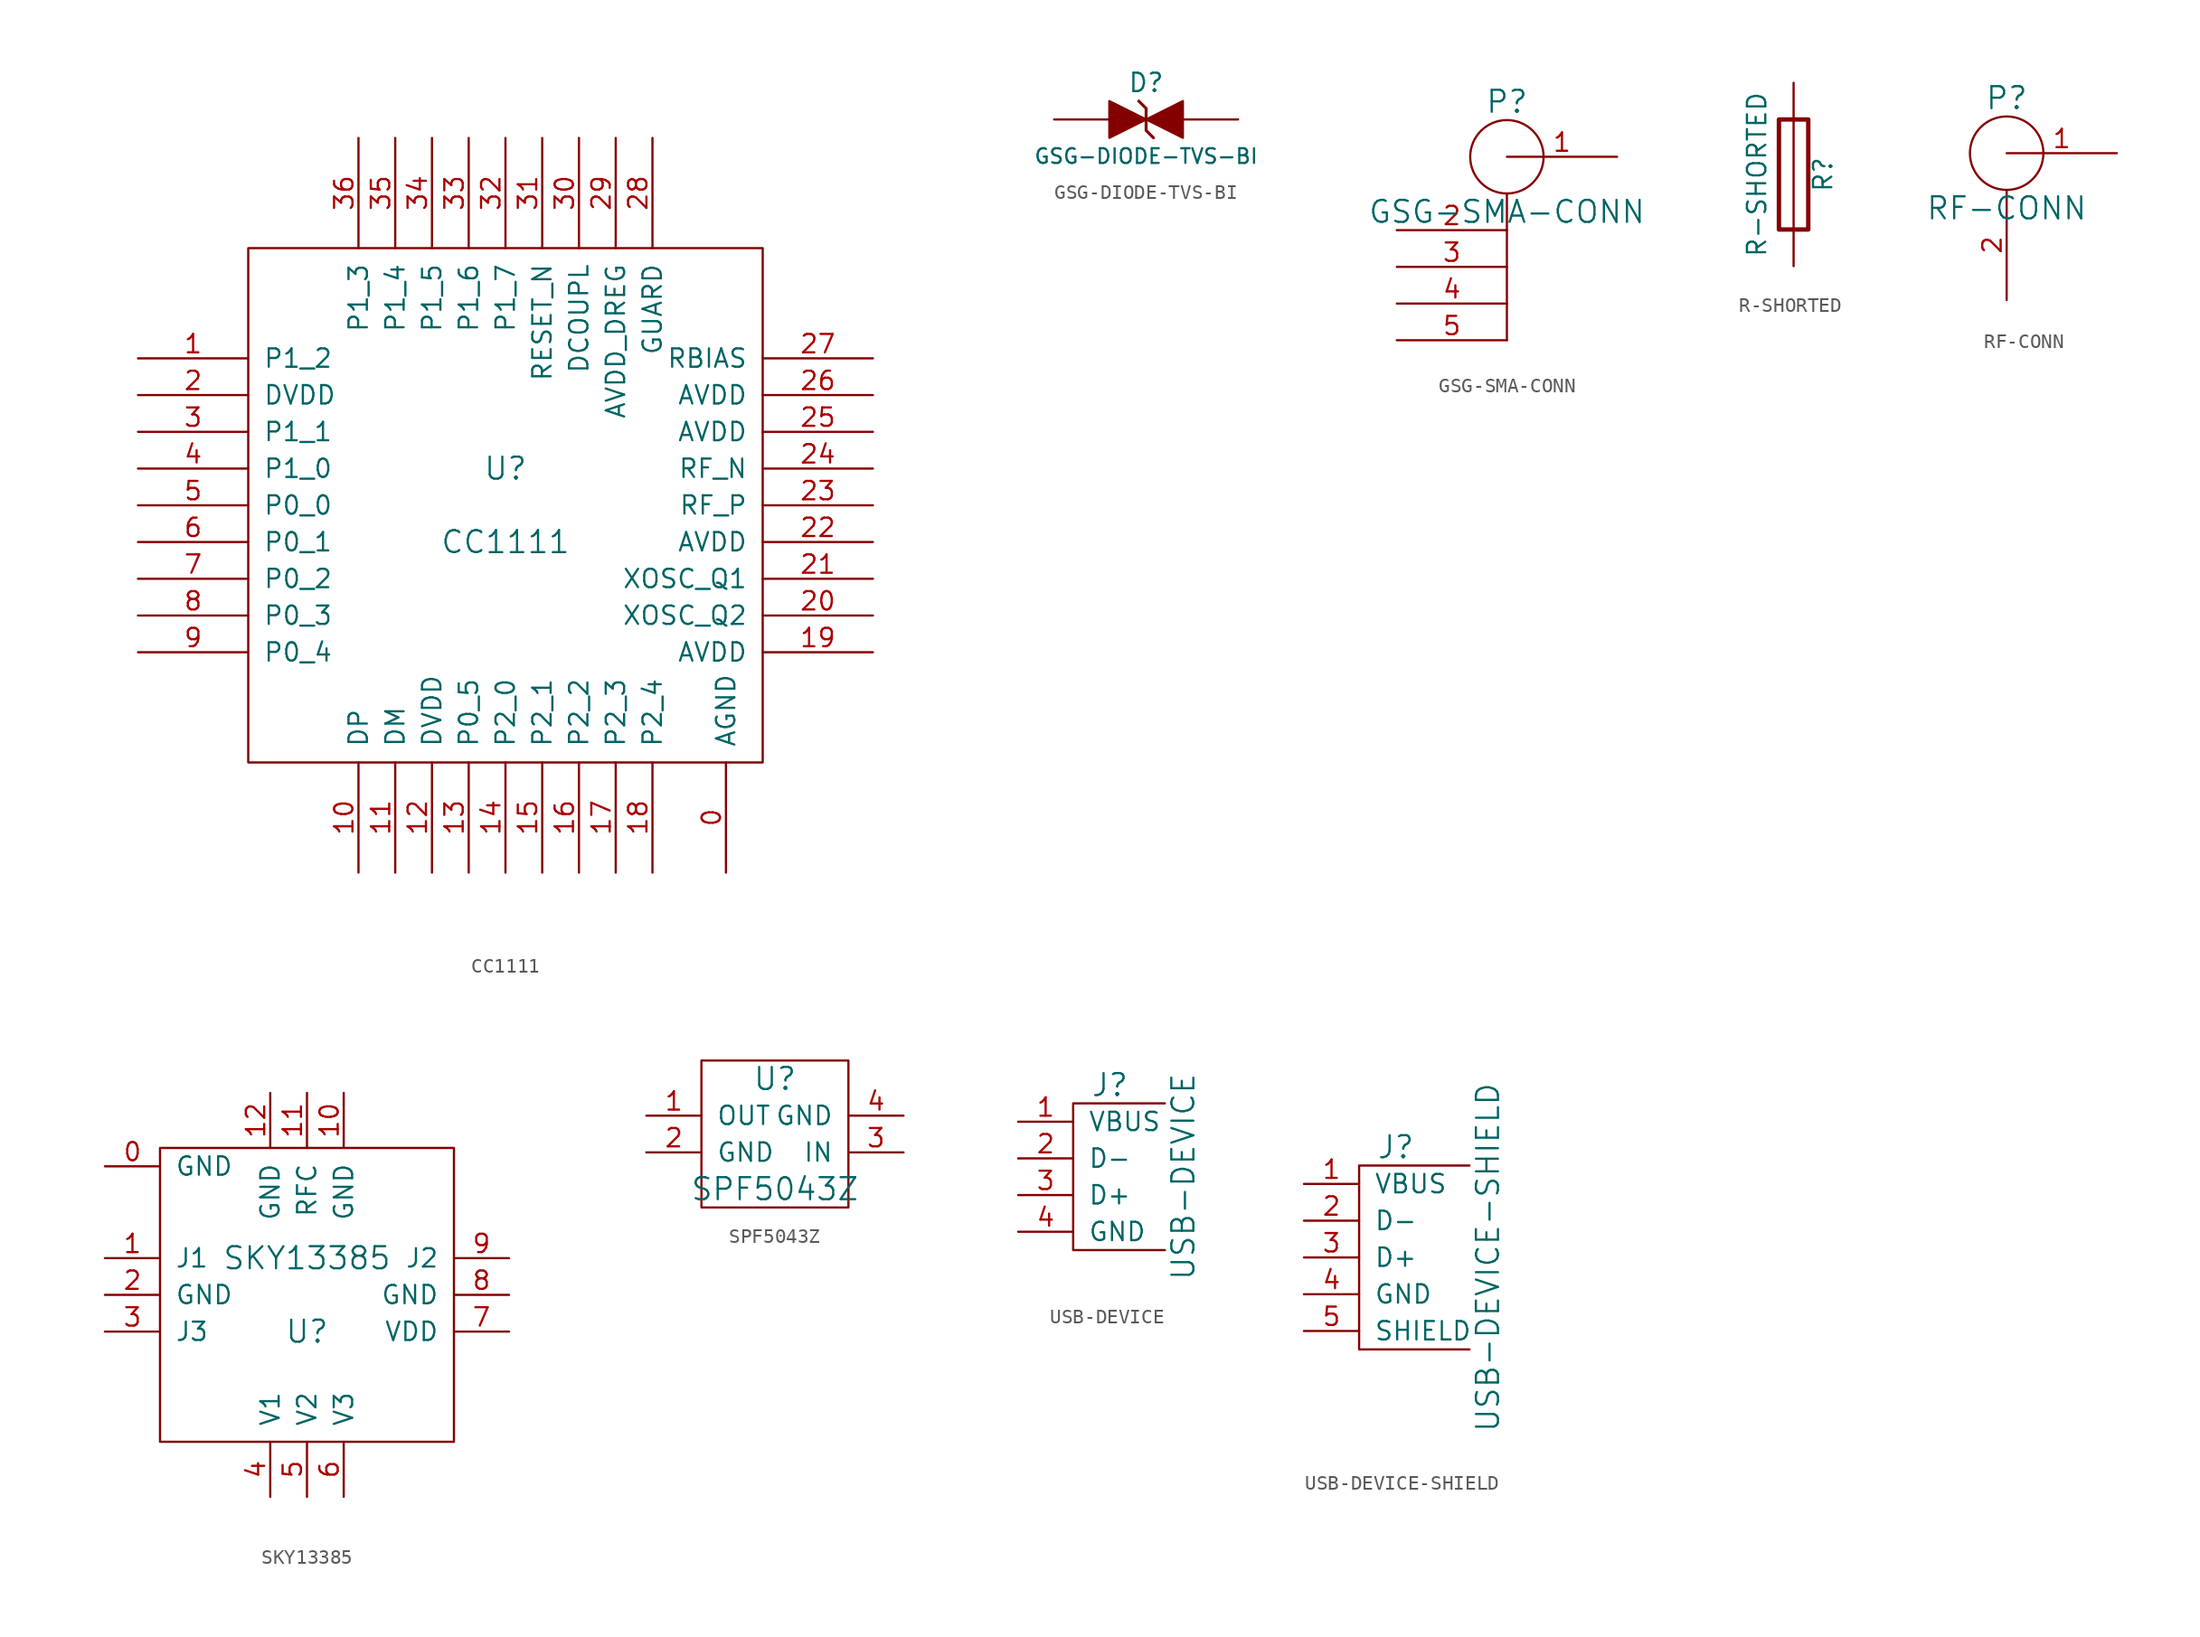
<source format=kicad_sym>
(kicad_symbol_lib
  (version 20211014)
  (generator kicad_symbol_editor)
  (symbol "CC1111"
    (pin_names
      (offset 1.016))
    (property "Reference" "U"
      (at 0 2.54 0)
      (effects (font (size 1.524 1.524))))
    (property "Value" "CC1111"
      (at 0 -2.54 0)
      (effects (font (size 1.524 1.524))))
    (property "Footprint" ""
      (at 0 0 0)
      (effects (font (size 1.524 1.524))))
    (property "Datasheet" ""
      (at 0 0 0)
      (effects (font (size 1.524 1.524))))
    (symbol "CC1111_0_1"
      (rectangle (start -17.78 17.78) (end 17.78 -17.78) (stroke (width 0) (type default) (color 0 0 0 0)) (fill (type none))))
    (symbol "CC1111_1_1"
      (pin power_in line (at 15.24 -25.4 90) (length 7.62) (name "AGND" (effects (font (size 1.27 1.27)))) (number "0" (effects (font (size 1.27 1.27)))))
      (pin bidirectional line (at -25.4 10.16 0) (length 7.62) (name "P1_2" (effects (font (size 1.27 1.27)))) (number "1" (effects (font (size 1.27 1.27)))))
      (pin bidirectional line (at -10.16 -25.4 90) (length 7.62) (name "DP" (effects (font (size 1.27 1.27)))) (number "10" (effects (font (size 1.27 1.27)))))
      (pin bidirectional line (at -7.62 -25.4 90) (length 7.62) (name "DM" (effects (font (size 1.27 1.27)))) (number "11" (effects (font (size 1.27 1.27)))))
      (pin power_in line (at -5.08 -25.4 90) (length 7.62) (name "DVDD" (effects (font (size 1.27 1.27)))) (number "12" (effects (font (size 1.27 1.27)))))
      (pin bidirectional line (at -2.54 -25.4 90) (length 7.62) (name "P0_5" (effects (font (size 1.27 1.27)))) (number "13" (effects (font (size 1.27 1.27)))))
      (pin bidirectional line (at 0 -25.4 90) (length 7.62) (name "P2_0" (effects (font (size 1.27 1.27)))) (number "14" (effects (font (size 1.27 1.27)))))
      (pin bidirectional line (at 2.54 -25.4 90) (length 7.62) (name "P2_1" (effects (font (size 1.27 1.27)))) (number "15" (effects (font (size 1.27 1.27)))))
      (pin bidirectional line (at 5.08 -25.4 90) (length 7.62) (name "P2_2" (effects (font (size 1.27 1.27)))) (number "16" (effects (font (size 1.27 1.27)))))
      (pin bidirectional line (at 7.62 -25.4 90) (length 7.62) (name "P2_3" (effects (font (size 1.27 1.27)))) (number "17" (effects (font (size 1.27 1.27)))))
      (pin bidirectional line (at 10.16 -25.4 90) (length 7.62) (name "P2_4" (effects (font (size 1.27 1.27)))) (number "18" (effects (font (size 1.27 1.27)))))
      (pin power_in line (at 25.4 -10.16 180) (length 7.62) (name "AVDD" (effects (font (size 1.27 1.27)))) (number "19" (effects (font (size 1.27 1.27)))))
      (pin power_in line (at -25.4 7.62 0) (length 7.62) (name "DVDD" (effects (font (size 1.27 1.27)))) (number "2" (effects (font (size 1.27 1.27)))))
      (pin bidirectional line (at 25.4 -7.62 180) (length 7.62) (name "XOSC_Q2" (effects (font (size 1.27 1.27)))) (number "20" (effects (font (size 1.27 1.27)))))
      (pin bidirectional line (at 25.4 -5.08 180) (length 7.62) (name "XOSC_Q1" (effects (font (size 1.27 1.27)))) (number "21" (effects (font (size 1.27 1.27)))))
      (pin power_in line (at 25.4 -2.54 180) (length 7.62) (name "AVDD" (effects (font (size 1.27 1.27)))) (number "22" (effects (font (size 1.27 1.27)))))
      (pin bidirectional line (at 25.4 0 180) (length 7.62) (name "RF_P" (effects (font (size 1.27 1.27)))) (number "23" (effects (font (size 1.27 1.27)))))
      (pin bidirectional line (at 25.4 2.54 180) (length 7.62) (name "RF_N" (effects (font (size 1.27 1.27)))) (number "24" (effects (font (size 1.27 1.27)))))
      (pin power_in line (at 25.4 5.08 180) (length 7.62) (name "AVDD" (effects (font (size 1.27 1.27)))) (number "25" (effects (font (size 1.27 1.27)))))
      (pin power_in line (at 25.4 7.62 180) (length 7.62) (name "AVDD" (effects (font (size 1.27 1.27)))) (number "26" (effects (font (size 1.27 1.27)))))
      (pin bidirectional line (at 25.4 10.16 180) (length 7.62) (name "RBIAS" (effects (font (size 1.27 1.27)))) (number "27" (effects (font (size 1.27 1.27)))))
      (pin power_in line (at 10.16 25.4 270) (length 7.62) (name "GUARD" (effects (font (size 1.27 1.27)))) (number "28" (effects (font (size 1.27 1.27)))))
      (pin power_in line (at 7.62 25.4 270) (length 7.62) (name "AVDD_DREG" (effects (font (size 1.27 1.27)))) (number "29" (effects (font (size 1.27 1.27)))))
      (pin bidirectional line (at -25.4 5.08 0) (length 7.62) (name "P1_1" (effects (font (size 1.27 1.27)))) (number "3" (effects (font (size 1.27 1.27)))))
      (pin passive line (at 5.08 25.4 270) (length 7.62) (name "DCOUPL" (effects (font (size 1.27 1.27)))) (number "30" (effects (font (size 1.27 1.27)))))
      (pin input line (at 2.54 25.4 270) (length 7.62) (name "RESET_N" (effects (font (size 1.27 1.27)))) (number "31" (effects (font (size 1.27 1.27)))))
      (pin bidirectional line (at 0 25.4 270) (length 7.62) (name "P1_7" (effects (font (size 1.27 1.27)))) (number "32" (effects (font (size 1.27 1.27)))))
      (pin bidirectional line (at -2.54 25.4 270) (length 7.62) (name "P1_6" (effects (font (size 1.27 1.27)))) (number "33" (effects (font (size 1.27 1.27)))))
      (pin bidirectional line (at -5.08 25.4 270) (length 7.62) (name "P1_5" (effects (font (size 1.27 1.27)))) (number "34" (effects (font (size 1.27 1.27)))))
      (pin bidirectional line (at -7.62 25.4 270) (length 7.62) (name "P1_4" (effects (font (size 1.27 1.27)))) (number "35" (effects (font (size 1.27 1.27)))))
      (pin bidirectional line (at -10.16 25.4 270) (length 7.62) (name "P1_3" (effects (font (size 1.27 1.27)))) (number "36" (effects (font (size 1.27 1.27)))))
      (pin bidirectional line (at -25.4 2.54 0) (length 7.62) (name "P1_0" (effects (font (size 1.27 1.27)))) (number "4" (effects (font (size 1.27 1.27)))))
      (pin bidirectional line (at -25.4 0 0) (length 7.62) (name "P0_0" (effects (font (size 1.27 1.27)))) (number "5" (effects (font (size 1.27 1.27)))))
      (pin bidirectional line (at -25.4 -2.54 0) (length 7.62) (name "P0_1" (effects (font (size 1.27 1.27)))) (number "6" (effects (font (size 1.27 1.27)))))
      (pin bidirectional line (at -25.4 -5.08 0) (length 7.62) (name "P0_2" (effects (font (size 1.27 1.27)))) (number "7" (effects (font (size 1.27 1.27)))))
      (pin bidirectional line (at -25.4 -7.62 0) (length 7.62) (name "P0_3" (effects (font (size 1.27 1.27)))) (number "8" (effects (font (size 1.27 1.27)))))
      (pin bidirectional line (at -25.4 -10.16 0) (length 7.62) (name "P0_4" (effects (font (size 1.27 1.27)))) (number "9" (effects (font (size 1.27 1.27)))))))
  (symbol "GSG-DIODE-TVS-BI"
    (pin_numbers hide)
    (pin_names
      (offset 1.016) hide)
    (property "Reference" "D"
      (at 0 2.54 0)
      (effects (font (size 1.27 1.27))))
    (property "Value" "GSG-DIODE-TVS-BI"
      (at 0 -2.54 0)
      (effects (font (size 1.016 1.016))))
    (property "Footprint" ""
      (at 0 0 0)
      (effects (font (size 1.524 1.524))))
    (property "Datasheet" ""
      (at 0 0 0)
      (effects (font (size 1.524 1.524))))
    (symbol "GSG-DIODE-TVS-BI_0_1"
      (polyline (pts (xy -0.508 1.27) (xy 0 0.762) (xy 0 -0.762) (xy 0.508 -1.27) (xy 0.508 -1.27)) (stroke (width 0.203) (type default) (color 0 0 0 0)) (fill (type none)))
      (polyline (pts (xy 0 0) (xy -2.54 1.27) (xy -2.54 -1.27) (xy 0 0) (xy 0 0)) (stroke (width 0) (type default) (color 0 0 0 0)) (fill (type outline)))
      (polyline (pts (xy 0 0) (xy 2.54 1.27) (xy 2.54 -1.27) (xy 0 0) (xy 0 0)) (stroke (width 0) (type default) (color 0 0 0 0)) (fill (type outline))))
    (symbol "GSG-DIODE-TVS-BI_1_1"
      (pin passive line (at -6.35 0 0) (length 3.81) (name "A" (effects (font (size 1.016 1.016)))) (number "1" (effects (font (size 1.016 1.016)))))
      (pin passive line (at 6.35 0 180) (length 3.81) (name "K" (effects (font (size 1.016 1.016)))) (number "2" (effects (font (size 1.016 1.016)))))))
  (symbol "GSG-SMA-CONN"
    (pin_names
      (offset 0) hide)
    (property "Reference" "P"
      (at 0 3.81 0)
      (effects (font (size 1.524 1.524))))
    (property "Value" "GSG-SMA-CONN"
      (at 0 -3.81 0)
      (effects (font (size 1.524 1.524))))
    (property "Footprint" ""
      (at 0 0 0)
      (effects (font (size 1.524 1.524))))
    (property "Datasheet" ""
      (at 0 0 0)
      (effects (font (size 1.524 1.524))))
    (symbol "GSG-SMA-CONN_0_1"
      (polyline (pts (xy 0 -2.54) (xy 0 -12.7) (xy 0 -12.7)) (stroke (width 0) (type default) (color 0 0 0 0)) (fill (type none)))
      (circle (center 0 0) (radius 2.54) (stroke (width 0) (type default) (color 0 0 0 0)) (fill (type none))))
    (symbol "GSG-SMA-CONN_1_1"
      (pin bidirectional line (at 7.62 0 180) (length 7.62) (name "RF" (effects (font (size 1.27 1.27)))) (number "1" (effects (font (size 1.27 1.27)))))
      (pin power_in line (at -7.62 -5.08 0) (length 7.62) (name "GND" (effects (font (size 1.27 1.27)))) (number "2" (effects (font (size 1.27 1.27)))))
      (pin power_in line (at -7.62 -7.62 0) (length 7.62) (name "GND" (effects (font (size 1.27 1.27)))) (number "3" (effects (font (size 1.27 1.27)))))
      (pin power_in line (at -7.62 -10.16 0) (length 7.62) (name "GND" (effects (font (size 1.27 1.27)))) (number "4" (effects (font (size 1.27 1.27)))))
      (pin power_in line (at -7.62 -12.7 0) (length 7.62) (name "GND" (effects (font (size 1.27 1.27)))) (number "5" (effects (font (size 1.27 1.27)))))))
  (symbol "R-SHORTED"
    (pin_numbers hide)
    (pin_names
      (offset 0))
    (property "Reference" "R"
      (at 2.032 0 90)
      (effects (font (size 1.27 1.27))))
    (property "Value" "R-SHORTED"
      (at -2.54 0 90)
      (effects (font (size 1.27 1.27))))
    (property "Footprint" ""
      (at 0 0 0)
      (effects (font (size 1.524 1.524))))
    (property "Datasheet" ""
      (at 0 0 0)
      (effects (font (size 1.524 1.524))))
    (symbol "R-SHORTED_0_1"
      (rectangle (start -1.016 3.81) (end 1.016 -3.81) (stroke (width 0.305) (type default) (color 0 0 0 0)) (fill (type none)))
      (polyline (pts (xy 0 3.81) (xy 0 -3.81)) (stroke (width 0) (type default) (color 0 0 0 0)) (fill (type none))))
    (symbol "R-SHORTED_1_1"
      (pin passive line (at 0 6.35 270) (length 2.54) (name "~" (effects (font (size 1.524 1.524)))) (number "1" (effects (font (size 1.524 1.524)))))
      (pin passive line (at 0 -6.35 90) (length 2.54) (name "~" (effects (font (size 1.524 1.524)))) (number "2" (effects (font (size 1.524 1.524)))))))
  (symbol "RF-CONN"
    (pin_names
      (offset 0) hide)
    (property "Reference" "P"
      (at 0 3.81 0)
      (effects (font (size 1.524 1.524))))
    (property "Value" "RF-CONN"
      (at 0 -3.81 0)
      (effects (font (size 1.524 1.524))))
    (property "Footprint" ""
      (at 0 0 0)
      (effects (font (size 1.524 1.524))))
    (property "Datasheet" ""
      (at 0 0 0)
      (effects (font (size 1.524 1.524))))
    (symbol "RF-CONN_0_1"
      (circle (center 0 0) (radius 2.54) (stroke (width 0) (type default) (color 0 0 0 0)) (fill (type none))))
    (symbol "RF-CONN_1_1"
      (pin bidirectional line (at 7.62 0 180) (length 7.62) (name "RF" (effects (font (size 1.27 1.27)))) (number "1" (effects (font (size 1.27 1.27)))))
      (pin power_in line (at 0 -10.16 90) (length 7.62) (name "GND" (effects (font (size 1.27 1.27)))) (number "2" (effects (font (size 1.27 1.27)))))))
  (symbol "SKY13385"
    (pin_names
      (offset 1.016))
    (property "Reference" "U"
      (at 0 -2.54 0)
      (effects (font (size 1.524 1.524))))
    (property "Value" "SKY13385"
      (at 0 2.54 0)
      (effects (font (size 1.524 1.524))))
    (property "Footprint" ""
      (at 0 0 0)
      (effects (font (size 1.524 1.524))))
    (property "Datasheet" ""
      (at 0 0 0)
      (effects (font (size 1.524 1.524))))
    (symbol "SKY13385_0_1"
      (rectangle (start -10.16 10.16) (end 10.16 -10.16) (stroke (width 0) (type default) (color 0 0 0 0)) (fill (type none))))
    (symbol "SKY13385_1_1"
      (pin power_in line (at -13.97 8.89 0) (length 3.81) (name "GND" (effects (font (size 1.27 1.27)))) (number "0" (effects (font (size 1.27 1.27)))))
      (pin bidirectional line (at -13.97 2.54 0) (length 3.81) (name "J1" (effects (font (size 1.27 1.27)))) (number "1" (effects (font (size 1.27 1.27)))))
      (pin power_in line (at 2.54 13.97 270) (length 3.81) (name "GND" (effects (font (size 1.27 1.27)))) (number "10" (effects (font (size 1.27 1.27)))))
      (pin bidirectional line (at 0 13.97 270) (length 3.81) (name "RFC" (effects (font (size 1.27 1.27)))) (number "11" (effects (font (size 1.27 1.27)))))
      (pin power_in line (at -2.54 13.97 270) (length 3.81) (name "GND" (effects (font (size 1.27 1.27)))) (number "12" (effects (font (size 1.27 1.27)))))
      (pin power_in line (at -13.97 0 0) (length 3.81) (name "GND" (effects (font (size 1.27 1.27)))) (number "2" (effects (font (size 1.27 1.27)))))
      (pin bidirectional line (at -13.97 -2.54 0) (length 3.81) (name "J3" (effects (font (size 1.27 1.27)))) (number "3" (effects (font (size 1.27 1.27)))))
      (pin input line (at -2.54 -13.97 90) (length 3.81) (name "V1" (effects (font (size 1.27 1.27)))) (number "4" (effects (font (size 1.27 1.27)))))
      (pin input line (at 0 -13.97 90) (length 3.81) (name "V2" (effects (font (size 1.27 1.27)))) (number "5" (effects (font (size 1.27 1.27)))))
      (pin input line (at 2.54 -13.97 90) (length 3.81) (name "V3" (effects (font (size 1.27 1.27)))) (number "6" (effects (font (size 1.27 1.27)))))
      (pin power_in line (at 13.97 -2.54 180) (length 3.81) (name "VDD" (effects (font (size 1.27 1.27)))) (number "7" (effects (font (size 1.27 1.27)))))
      (pin power_in line (at 13.97 0 180) (length 3.81) (name "GND" (effects (font (size 1.27 1.27)))) (number "8" (effects (font (size 1.27 1.27)))))
      (pin bidirectional line (at 13.97 2.54 180) (length 3.81) (name "J2" (effects (font (size 1.27 1.27)))) (number "9" (effects (font (size 1.27 1.27)))))))
  (symbol "SPF5043Z"
    (pin_names
      (offset 1.016))
    (property "Reference" "U"
      (at 0 3.81 0)
      (effects (font (size 1.524 1.524))))
    (property "Value" "SPF5043Z"
      (at 0 -3.81 0)
      (effects (font (size 1.524 1.524))))
    (property "Footprint" ""
      (at 0 0 0)
      (effects (font (size 1.524 1.524))))
    (property "Datasheet" ""
      (at 0 0 0)
      (effects (font (size 1.524 1.524))))
    (symbol "SPF5043Z_0_1"
      (rectangle (start -5.08 5.08) (end 5.08 -5.08) (stroke (width 0) (type default) (color 0 0 0 0)) (fill (type none))))
    (symbol "SPF5043Z_1_1"
      (pin output line (at -8.89 1.27 0) (length 3.81) (name "OUT" (effects (font (size 1.27 1.27)))) (number "1" (effects (font (size 1.27 1.27)))))
      (pin power_in line (at -8.89 -1.27 0) (length 3.81) (name "GND" (effects (font (size 1.27 1.27)))) (number "2" (effects (font (size 1.27 1.27)))))
      (pin input line (at 8.89 -1.27 180) (length 3.81) (name "IN" (effects (font (size 1.27 1.27)))) (number "3" (effects (font (size 1.27 1.27)))))
      (pin power_in line (at 8.89 1.27 180) (length 3.81) (name "GND" (effects (font (size 1.27 1.27)))) (number "4" (effects (font (size 1.27 1.27)))))))
  (symbol "USB-DEVICE"
    (pin_names
      (offset 1.016))
    (property "Reference" "J"
      (at 1.27 6.35 0)
      (effects (font (size 1.524 1.524))))
    (property "Value" "USB-DEVICE"
      (at 6.35 0 90)
      (effects (font (size 1.524 1.524))))
    (property "Footprint" ""
      (at 0 0 0)
      (effects (font (size 1.524 1.524))))
    (property "Datasheet" ""
      (at 0 0 0)
      (effects (font (size 1.524 1.524))))
    (symbol "USB-DEVICE_0_1"
      (polyline (pts (xy 5.08 5.08) (xy -1.27 5.08) (xy -1.27 -5.08) (xy 5.08 -5.08)) (stroke (width 0) (type default) (color 0 0 0 0)) (fill (type none))))
    (symbol "USB-DEVICE_1_1"
      (pin power_out line (at -5.08 3.81 0) (length 3.81) (name "VBUS" (effects (font (size 1.27 1.27)))) (number "1" (effects (font (size 1.27 1.27)))))
      (pin bidirectional line (at -5.08 1.27 0) (length 3.81) (name "D-" (effects (font (size 1.27 1.27)))) (number "2" (effects (font (size 1.27 1.27)))))
      (pin bidirectional line (at -5.08 -1.27 0) (length 3.81) (name "D+" (effects (font (size 1.27 1.27)))) (number "3" (effects (font (size 1.27 1.27)))))
      (pin power_out line (at -5.08 -3.81 0) (length 3.81) (name "GND" (effects (font (size 1.27 1.27)))) (number "4" (effects (font (size 1.27 1.27)))))))
  (symbol "USB-DEVICE-SHIELD"
    (pin_names
      (offset 1.016))
    (property "Reference" "J"
      (at 1.27 7.62 0)
      (effects (font (size 1.524 1.524))))
    (property "Value" "USB-DEVICE-SHIELD"
      (at 7.62 0 90)
      (effects (font (size 1.524 1.524))))
    (property "Footprint" ""
      (at 0 0 0)
      (effects (font (size 1.524 1.524))))
    (property "Datasheet" ""
      (at 0 0 0)
      (effects (font (size 1.524 1.524))))
    (symbol "USB-DEVICE-SHIELD_0_1"
      (polyline (pts (xy 6.35 6.35) (xy -1.27 6.35) (xy -1.27 -6.35) (xy 6.35 -6.35)) (stroke (width 0) (type default) (color 0 0 0 0)) (fill (type none))))
    (symbol "USB-DEVICE-SHIELD_1_1"
      (pin power_out line (at -5.08 5.08 0) (length 3.81) (name "VBUS" (effects (font (size 1.27 1.27)))) (number "1" (effects (font (size 1.27 1.27)))))
      (pin bidirectional line (at -5.08 2.54 0) (length 3.81) (name "D-" (effects (font (size 1.27 1.27)))) (number "2" (effects (font (size 1.27 1.27)))))
      (pin bidirectional line (at -5.08 0 0) (length 3.81) (name "D+" (effects (font (size 1.27 1.27)))) (number "3" (effects (font (size 1.27 1.27)))))
      (pin power_out line (at -5.08 -2.54 0) (length 3.81) (name "GND" (effects (font (size 1.27 1.27)))) (number "4" (effects (font (size 1.27 1.27)))))
      (pin input line (at -5.08 -5.08 0) (length 3.81) (name "SHIELD" (effects (font (size 1.27 1.27)))) (number "5" (effects (font (size 1.27 1.27))))))))
</source>
